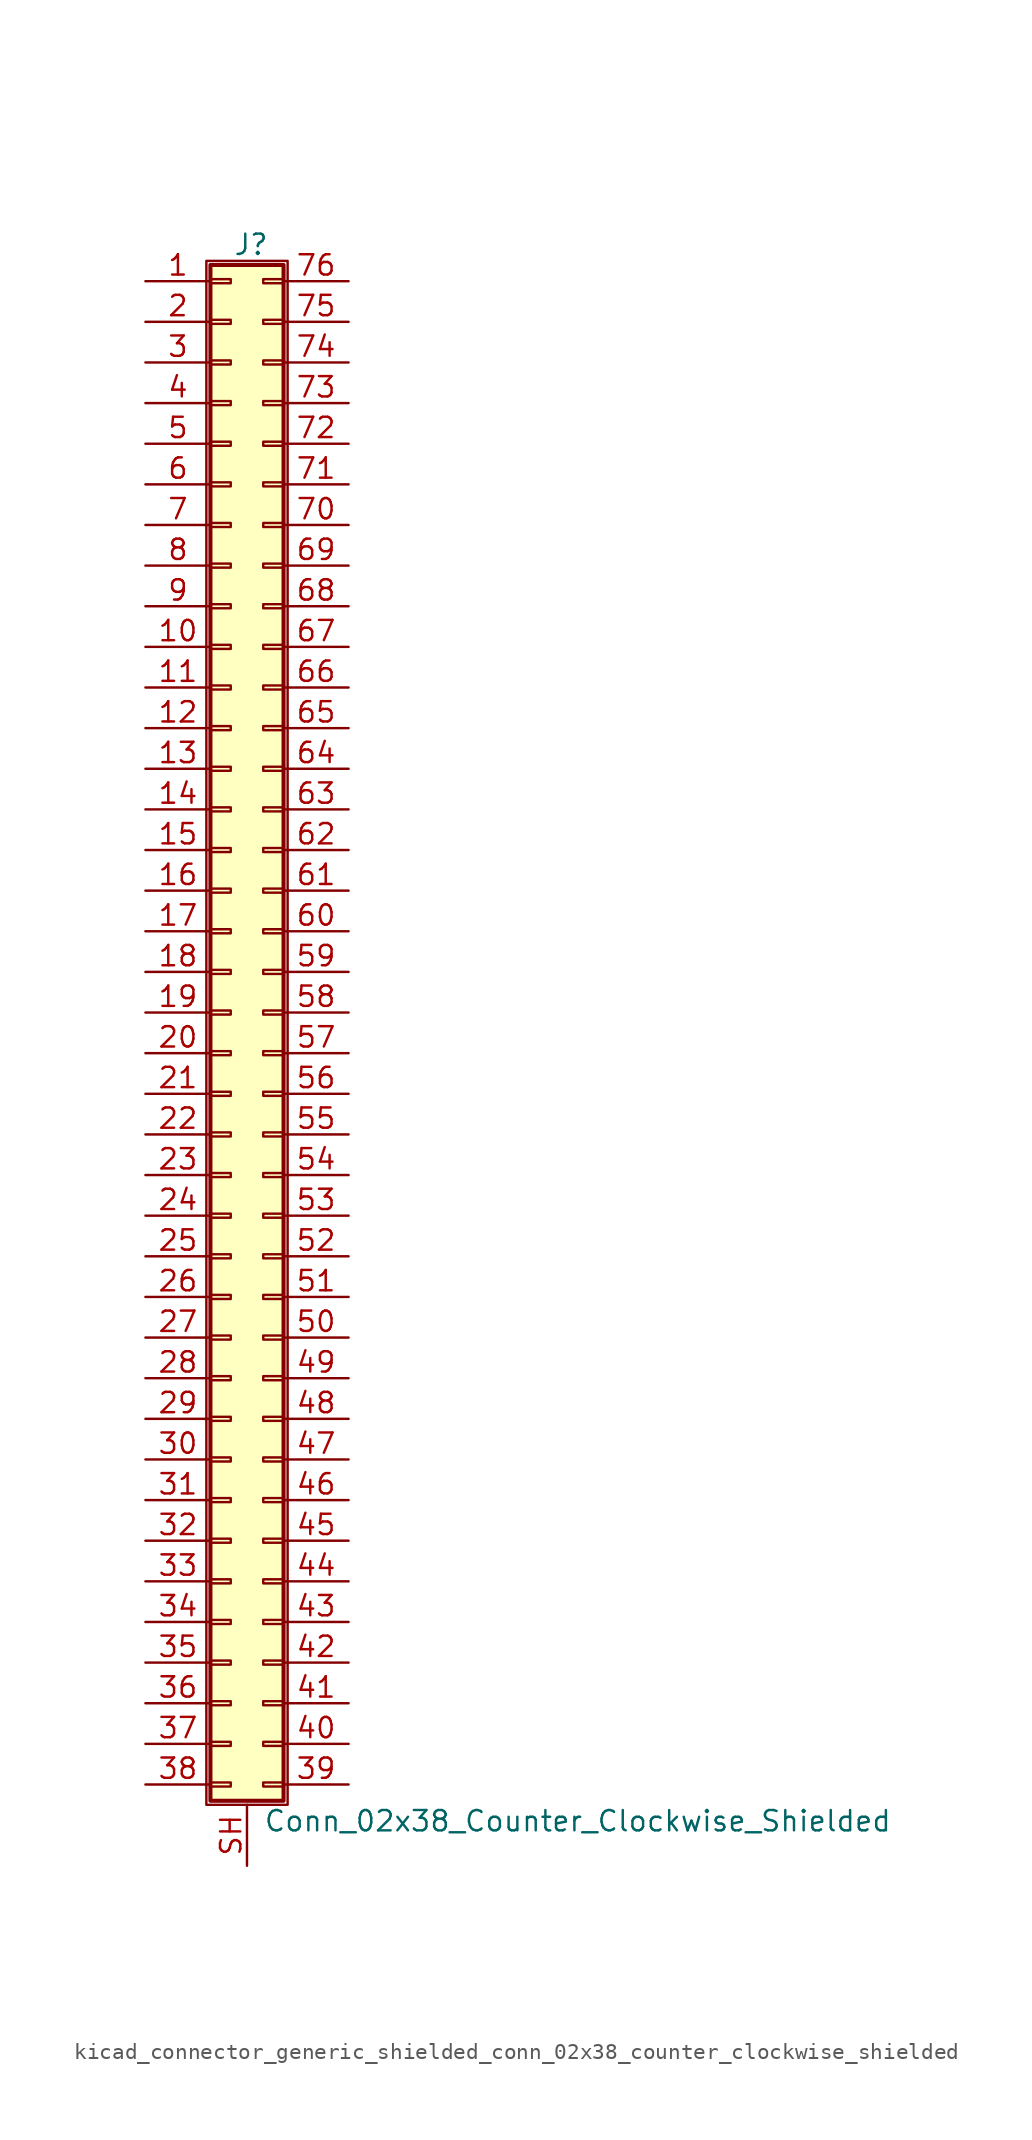
<source format=kicad_sym>
(kicad_symbol_lib
  (version 20220914)
  (generator kicad_symbol_editor)
  (symbol "kicad_connector_generic_shielded_conn_02x38_counter_clockwise_shielded"
    (pin_names
      (offset 1.016) hide)
    (property "Reference" "J"
      (at 1.524 48.006 0)
      (effects (font (size 1.27 1.27))))
    (property "Value" "Conn_02x38_Counter_Clockwise_Shielded"
      (at 2.286 -50.546 0)
      (effects (font (size 1.27 1.27)) (justify left)))
    (symbol "kicad_connector_generic_shielded_conn_02x38_counter_clockwise_shielded_1_1"
      (rectangle (start -1.27 46.99) (end 3.81 -49.53) (stroke (width 0.152) (type default)) (fill (type none)))
      (rectangle (start -1.016 -48.133) (end 0.254 -48.387) (stroke (width 0.152) (type default)) (fill (type none)))
      (rectangle (start -1.016 -45.593) (end 0.254 -45.847) (stroke (width 0.152) (type default)) (fill (type none)))
      (rectangle (start -1.016 -43.053) (end 0.254 -43.307) (stroke (width 0.152) (type default)) (fill (type none)))
      (rectangle (start -1.016 -40.513) (end 0.254 -40.767) (stroke (width 0.152) (type default)) (fill (type none)))
      (rectangle (start -1.016 -37.973) (end 0.254 -38.227) (stroke (width 0.152) (type default)) (fill (type none)))
      (rectangle (start -1.016 -35.433) (end 0.254 -35.687) (stroke (width 0.152) (type default)) (fill (type none)))
      (rectangle (start -1.016 -32.893) (end 0.254 -33.147) (stroke (width 0.152) (type default)) (fill (type none)))
      (rectangle (start -1.016 -30.353) (end 0.254 -30.607) (stroke (width 0.152) (type default)) (fill (type none)))
      (rectangle (start -1.016 -27.813) (end 0.254 -28.067) (stroke (width 0.152) (type default)) (fill (type none)))
      (rectangle (start -1.016 -25.273) (end 0.254 -25.527) (stroke (width 0.152) (type default)) (fill (type none)))
      (rectangle (start -1.016 -22.733) (end 0.254 -22.987) (stroke (width 0.152) (type default)) (fill (type none)))
      (rectangle (start -1.016 -20.193) (end 0.254 -20.447) (stroke (width 0.152) (type default)) (fill (type none)))
      (rectangle (start -1.016 -17.653) (end 0.254 -17.907) (stroke (width 0.152) (type default)) (fill (type none)))
      (rectangle (start -1.016 -15.113) (end 0.254 -15.367) (stroke (width 0.152) (type default)) (fill (type none)))
      (rectangle (start -1.016 -12.573) (end 0.254 -12.827) (stroke (width 0.152) (type default)) (fill (type none)))
      (rectangle (start -1.016 -10.033) (end 0.254 -10.287) (stroke (width 0.152) (type default)) (fill (type none)))
      (rectangle (start -1.016 -7.493) (end 0.254 -7.747) (stroke (width 0.152) (type default)) (fill (type none)))
      (rectangle (start -1.016 -4.953) (end 0.254 -5.207) (stroke (width 0.152) (type default)) (fill (type none)))
      (rectangle (start -1.016 -2.413) (end 0.254 -2.667) (stroke (width 0.152) (type default)) (fill (type none)))
      (rectangle (start -1.016 0.127) (end 0.254 -0.127) (stroke (width 0.152) (type default)) (fill (type none)))
      (rectangle (start -1.016 2.667) (end 0.254 2.413) (stroke (width 0.152) (type default)) (fill (type none)))
      (rectangle (start -1.016 5.207) (end 0.254 4.953) (stroke (width 0.152) (type default)) (fill (type none)))
      (rectangle (start -1.016 7.747) (end 0.254 7.493) (stroke (width 0.152) (type default)) (fill (type none)))
      (rectangle (start -1.016 10.287) (end 0.254 10.033) (stroke (width 0.152) (type default)) (fill (type none)))
      (rectangle (start -1.016 12.827) (end 0.254 12.573) (stroke (width 0.152) (type default)) (fill (type none)))
      (rectangle (start -1.016 15.367) (end 0.254 15.113) (stroke (width 0.152) (type default)) (fill (type none)))
      (rectangle (start -1.016 17.907) (end 0.254 17.653) (stroke (width 0.152) (type default)) (fill (type none)))
      (rectangle (start -1.016 20.447) (end 0.254 20.193) (stroke (width 0.152) (type default)) (fill (type none)))
      (rectangle (start -1.016 22.987) (end 0.254 22.733) (stroke (width 0.152) (type default)) (fill (type none)))
      (rectangle (start -1.016 25.527) (end 0.254 25.273) (stroke (width 0.152) (type default)) (fill (type none)))
      (rectangle (start -1.016 28.067) (end 0.254 27.813) (stroke (width 0.152) (type default)) (fill (type none)))
      (rectangle (start -1.016 30.607) (end 0.254 30.353) (stroke (width 0.152) (type default)) (fill (type none)))
      (rectangle (start -1.016 33.147) (end 0.254 32.893) (stroke (width 0.152) (type default)) (fill (type none)))
      (rectangle (start -1.016 35.687) (end 0.254 35.433) (stroke (width 0.152) (type default)) (fill (type none)))
      (rectangle (start -1.016 38.227) (end 0.254 37.973) (stroke (width 0.152) (type default)) (fill (type none)))
      (rectangle (start -1.016 40.767) (end 0.254 40.513) (stroke (width 0.152) (type default)) (fill (type none)))
      (rectangle (start -1.016 43.307) (end 0.254 43.053) (stroke (width 0.152) (type default)) (fill (type none)))
      (rectangle (start -1.016 45.847) (end 0.254 45.593) (stroke (width 0.152) (type default)) (fill (type none)))
      (rectangle (start -1.016 46.736) (end 3.556 -49.276) (stroke (width 0.254) (type default)) (fill (type background)))
      (rectangle (start 3.556 -48.133) (end 2.286 -48.387) (stroke (width 0.152) (type default)) (fill (type none)))
      (rectangle (start 3.556 -45.593) (end 2.286 -45.847) (stroke (width 0.152) (type default)) (fill (type none)))
      (rectangle (start 3.556 -43.053) (end 2.286 -43.307) (stroke (width 0.152) (type default)) (fill (type none)))
      (rectangle (start 3.556 -40.513) (end 2.286 -40.767) (stroke (width 0.152) (type default)) (fill (type none)))
      (rectangle (start 3.556 -37.973) (end 2.286 -38.227) (stroke (width 0.152) (type default)) (fill (type none)))
      (rectangle (start 3.556 -35.433) (end 2.286 -35.687) (stroke (width 0.152) (type default)) (fill (type none)))
      (rectangle (start 3.556 -32.893) (end 2.286 -33.147) (stroke (width 0.152) (type default)) (fill (type none)))
      (rectangle (start 3.556 -30.353) (end 2.286 -30.607) (stroke (width 0.152) (type default)) (fill (type none)))
      (rectangle (start 3.556 -27.813) (end 2.286 -28.067) (stroke (width 0.152) (type default)) (fill (type none)))
      (rectangle (start 3.556 -25.273) (end 2.286 -25.527) (stroke (width 0.152) (type default)) (fill (type none)))
      (rectangle (start 3.556 -22.733) (end 2.286 -22.987) (stroke (width 0.152) (type default)) (fill (type none)))
      (rectangle (start 3.556 -20.193) (end 2.286 -20.447) (stroke (width 0.152) (type default)) (fill (type none)))
      (rectangle (start 3.556 -17.653) (end 2.286 -17.907) (stroke (width 0.152) (type default)) (fill (type none)))
      (rectangle (start 3.556 -15.113) (end 2.286 -15.367) (stroke (width 0.152) (type default)) (fill (type none)))
      (rectangle (start 3.556 -12.573) (end 2.286 -12.827) (stroke (width 0.152) (type default)) (fill (type none)))
      (rectangle (start 3.556 -10.033) (end 2.286 -10.287) (stroke (width 0.152) (type default)) (fill (type none)))
      (rectangle (start 3.556 -7.493) (end 2.286 -7.747) (stroke (width 0.152) (type default)) (fill (type none)))
      (rectangle (start 3.556 -4.953) (end 2.286 -5.207) (stroke (width 0.152) (type default)) (fill (type none)))
      (rectangle (start 3.556 -2.413) (end 2.286 -2.667) (stroke (width 0.152) (type default)) (fill (type none)))
      (rectangle (start 3.556 0.127) (end 2.286 -0.127) (stroke (width 0.152) (type default)) (fill (type none)))
      (rectangle (start 3.556 2.667) (end 2.286 2.413) (stroke (width 0.152) (type default)) (fill (type none)))
      (rectangle (start 3.556 5.207) (end 2.286 4.953) (stroke (width 0.152) (type default)) (fill (type none)))
      (rectangle (start 3.556 7.747) (end 2.286 7.493) (stroke (width 0.152) (type default)) (fill (type none)))
      (rectangle (start 3.556 10.287) (end 2.286 10.033) (stroke (width 0.152) (type default)) (fill (type none)))
      (rectangle (start 3.556 12.827) (end 2.286 12.573) (stroke (width 0.152) (type default)) (fill (type none)))
      (rectangle (start 3.556 15.367) (end 2.286 15.113) (stroke (width 0.152) (type default)) (fill (type none)))
      (rectangle (start 3.556 17.907) (end 2.286 17.653) (stroke (width 0.152) (type default)) (fill (type none)))
      (rectangle (start 3.556 20.447) (end 2.286 20.193) (stroke (width 0.152) (type default)) (fill (type none)))
      (rectangle (start 3.556 22.987) (end 2.286 22.733) (stroke (width 0.152) (type default)) (fill (type none)))
      (rectangle (start 3.556 25.527) (end 2.286 25.273) (stroke (width 0.152) (type default)) (fill (type none)))
      (rectangle (start 3.556 28.067) (end 2.286 27.813) (stroke (width 0.152) (type default)) (fill (type none)))
      (rectangle (start 3.556 30.607) (end 2.286 30.353) (stroke (width 0.152) (type default)) (fill (type none)))
      (rectangle (start 3.556 33.147) (end 2.286 32.893) (stroke (width 0.152) (type default)) (fill (type none)))
      (rectangle (start 3.556 35.687) (end 2.286 35.433) (stroke (width 0.152) (type default)) (fill (type none)))
      (rectangle (start 3.556 38.227) (end 2.286 37.973) (stroke (width 0.152) (type default)) (fill (type none)))
      (rectangle (start 3.556 40.767) (end 2.286 40.513) (stroke (width 0.152) (type default)) (fill (type none)))
      (rectangle (start 3.556 43.307) (end 2.286 43.053) (stroke (width 0.152) (type default)) (fill (type none)))
      (rectangle (start 3.556 45.847) (end 2.286 45.593) (stroke (width 0.152) (type default)) (fill (type none)))
      (pin passive line (at -5.08 45.72 0) (length 4.064) (name "Pin_1" (effects (font (size 1.27 1.27)))) (number "1" (effects (font (size 1.27 1.27)))))
      (pin passive line (at -5.08 22.86 0) (length 4.064) (name "Pin_10" (effects (font (size 1.27 1.27)))) (number "10" (effects (font (size 1.27 1.27)))))
      (pin passive line (at -5.08 20.32 0) (length 4.064) (name "Pin_11" (effects (font (size 1.27 1.27)))) (number "11" (effects (font (size 1.27 1.27)))))
      (pin passive line (at -5.08 17.78 0) (length 4.064) (name "Pin_12" (effects (font (size 1.27 1.27)))) (number "12" (effects (font (size 1.27 1.27)))))
      (pin passive line (at -5.08 15.24 0) (length 4.064) (name "Pin_13" (effects (font (size 1.27 1.27)))) (number "13" (effects (font (size 1.27 1.27)))))
      (pin passive line (at -5.08 12.7 0) (length 4.064) (name "Pin_14" (effects (font (size 1.27 1.27)))) (number "14" (effects (font (size 1.27 1.27)))))
      (pin passive line (at -5.08 10.16 0) (length 4.064) (name "Pin_15" (effects (font (size 1.27 1.27)))) (number "15" (effects (font (size 1.27 1.27)))))
      (pin passive line (at -5.08 7.62 0) (length 4.064) (name "Pin_16" (effects (font (size 1.27 1.27)))) (number "16" (effects (font (size 1.27 1.27)))))
      (pin passive line (at -5.08 5.08 0) (length 4.064) (name "Pin_17" (effects (font (size 1.27 1.27)))) (number "17" (effects (font (size 1.27 1.27)))))
      (pin passive line (at -5.08 2.54 0) (length 4.064) (name "Pin_18" (effects (font (size 1.27 1.27)))) (number "18" (effects (font (size 1.27 1.27)))))
      (pin passive line (at -5.08 0 0) (length 4.064) (name "Pin_19" (effects (font (size 1.27 1.27)))) (number "19" (effects (font (size 1.27 1.27)))))
      (pin passive line (at -5.08 43.18 0) (length 4.064) (name "Pin_2" (effects (font (size 1.27 1.27)))) (number "2" (effects (font (size 1.27 1.27)))))
      (pin passive line (at -5.08 -2.54 0) (length 4.064) (name "Pin_20" (effects (font (size 1.27 1.27)))) (number "20" (effects (font (size 1.27 1.27)))))
      (pin passive line (at -5.08 -5.08 0) (length 4.064) (name "Pin_21" (effects (font (size 1.27 1.27)))) (number "21" (effects (font (size 1.27 1.27)))))
      (pin passive line (at -5.08 -7.62 0) (length 4.064) (name "Pin_22" (effects (font (size 1.27 1.27)))) (number "22" (effects (font (size 1.27 1.27)))))
      (pin passive line (at -5.08 -10.16 0) (length 4.064) (name "Pin_23" (effects (font (size 1.27 1.27)))) (number "23" (effects (font (size 1.27 1.27)))))
      (pin passive line (at -5.08 -12.7 0) (length 4.064) (name "Pin_24" (effects (font (size 1.27 1.27)))) (number "24" (effects (font (size 1.27 1.27)))))
      (pin passive line (at -5.08 -15.24 0) (length 4.064) (name "Pin_25" (effects (font (size 1.27 1.27)))) (number "25" (effects (font (size 1.27 1.27)))))
      (pin passive line (at -5.08 -17.78 0) (length 4.064) (name "Pin_26" (effects (font (size 1.27 1.27)))) (number "26" (effects (font (size 1.27 1.27)))))
      (pin passive line (at -5.08 -20.32 0) (length 4.064) (name "Pin_27" (effects (font (size 1.27 1.27)))) (number "27" (effects (font (size 1.27 1.27)))))
      (pin passive line (at -5.08 -22.86 0) (length 4.064) (name "Pin_28" (effects (font (size 1.27 1.27)))) (number "28" (effects (font (size 1.27 1.27)))))
      (pin passive line (at -5.08 -25.4 0) (length 4.064) (name "Pin_29" (effects (font (size 1.27 1.27)))) (number "29" (effects (font (size 1.27 1.27)))))
      (pin passive line (at -5.08 40.64 0) (length 4.064) (name "Pin_3" (effects (font (size 1.27 1.27)))) (number "3" (effects (font (size 1.27 1.27)))))
      (pin passive line (at -5.08 -27.94 0) (length 4.064) (name "Pin_30" (effects (font (size 1.27 1.27)))) (number "30" (effects (font (size 1.27 1.27)))))
      (pin passive line (at -5.08 -30.48 0) (length 4.064) (name "Pin_31" (effects (font (size 1.27 1.27)))) (number "31" (effects (font (size 1.27 1.27)))))
      (pin passive line (at -5.08 -33.02 0) (length 4.064) (name "Pin_32" (effects (font (size 1.27 1.27)))) (number "32" (effects (font (size 1.27 1.27)))))
      (pin passive line (at -5.08 -35.56 0) (length 4.064) (name "Pin_33" (effects (font (size 1.27 1.27)))) (number "33" (effects (font (size 1.27 1.27)))))
      (pin passive line (at -5.08 -38.1 0) (length 4.064) (name "Pin_34" (effects (font (size 1.27 1.27)))) (number "34" (effects (font (size 1.27 1.27)))))
      (pin passive line (at -5.08 -40.64 0) (length 4.064) (name "Pin_35" (effects (font (size 1.27 1.27)))) (number "35" (effects (font (size 1.27 1.27)))))
      (pin passive line (at -5.08 -43.18 0) (length 4.064) (name "Pin_36" (effects (font (size 1.27 1.27)))) (number "36" (effects (font (size 1.27 1.27)))))
      (pin passive line (at -5.08 -45.72 0) (length 4.064) (name "Pin_37" (effects (font (size 1.27 1.27)))) (number "37" (effects (font (size 1.27 1.27)))))
      (pin passive line (at -5.08 -48.26 0) (length 4.064) (name "Pin_38" (effects (font (size 1.27 1.27)))) (number "38" (effects (font (size 1.27 1.27)))))
      (pin passive line (at 7.62 -48.26 180) (length 4.064) (name "Pin_39" (effects (font (size 1.27 1.27)))) (number "39" (effects (font (size 1.27 1.27)))))
      (pin passive line (at -5.08 38.1 0) (length 4.064) (name "Pin_4" (effects (font (size 1.27 1.27)))) (number "4" (effects (font (size 1.27 1.27)))))
      (pin passive line (at 7.62 -45.72 180) (length 4.064) (name "Pin_40" (effects (font (size 1.27 1.27)))) (number "40" (effects (font (size 1.27 1.27)))))
      (pin passive line (at 7.62 -43.18 180) (length 4.064) (name "Pin_41" (effects (font (size 1.27 1.27)))) (number "41" (effects (font (size 1.27 1.27)))))
      (pin passive line (at 7.62 -40.64 180) (length 4.064) (name "Pin_42" (effects (font (size 1.27 1.27)))) (number "42" (effects (font (size 1.27 1.27)))))
      (pin passive line (at 7.62 -38.1 180) (length 4.064) (name "Pin_43" (effects (font (size 1.27 1.27)))) (number "43" (effects (font (size 1.27 1.27)))))
      (pin passive line (at 7.62 -35.56 180) (length 4.064) (name "Pin_44" (effects (font (size 1.27 1.27)))) (number "44" (effects (font (size 1.27 1.27)))))
      (pin passive line (at 7.62 -33.02 180) (length 4.064) (name "Pin_45" (effects (font (size 1.27 1.27)))) (number "45" (effects (font (size 1.27 1.27)))))
      (pin passive line (at 7.62 -30.48 180) (length 4.064) (name "Pin_46" (effects (font (size 1.27 1.27)))) (number "46" (effects (font (size 1.27 1.27)))))
      (pin passive line (at 7.62 -27.94 180) (length 4.064) (name "Pin_47" (effects (font (size 1.27 1.27)))) (number "47" (effects (font (size 1.27 1.27)))))
      (pin passive line (at 7.62 -25.4 180) (length 4.064) (name "Pin_48" (effects (font (size 1.27 1.27)))) (number "48" (effects (font (size 1.27 1.27)))))
      (pin passive line (at 7.62 -22.86 180) (length 4.064) (name "Pin_49" (effects (font (size 1.27 1.27)))) (number "49" (effects (font (size 1.27 1.27)))))
      (pin passive line (at -5.08 35.56 0) (length 4.064) (name "Pin_5" (effects (font (size 1.27 1.27)))) (number "5" (effects (font (size 1.27 1.27)))))
      (pin passive line (at 7.62 -20.32 180) (length 4.064) (name "Pin_50" (effects (font (size 1.27 1.27)))) (number "50" (effects (font (size 1.27 1.27)))))
      (pin passive line (at 7.62 -17.78 180) (length 4.064) (name "Pin_51" (effects (font (size 1.27 1.27)))) (number "51" (effects (font (size 1.27 1.27)))))
      (pin passive line (at 7.62 -15.24 180) (length 4.064) (name "Pin_52" (effects (font (size 1.27 1.27)))) (number "52" (effects (font (size 1.27 1.27)))))
      (pin passive line (at 7.62 -12.7 180) (length 4.064) (name "Pin_53" (effects (font (size 1.27 1.27)))) (number "53" (effects (font (size 1.27 1.27)))))
      (pin passive line (at 7.62 -10.16 180) (length 4.064) (name "Pin_54" (effects (font (size 1.27 1.27)))) (number "54" (effects (font (size 1.27 1.27)))))
      (pin passive line (at 7.62 -7.62 180) (length 4.064) (name "Pin_55" (effects (font (size 1.27 1.27)))) (number "55" (effects (font (size 1.27 1.27)))))
      (pin passive line (at 7.62 -5.08 180) (length 4.064) (name "Pin_56" (effects (font (size 1.27 1.27)))) (number "56" (effects (font (size 1.27 1.27)))))
      (pin passive line (at 7.62 -2.54 180) (length 4.064) (name "Pin_57" (effects (font (size 1.27 1.27)))) (number "57" (effects (font (size 1.27 1.27)))))
      (pin passive line (at 7.62 0 180) (length 4.064) (name "Pin_58" (effects (font (size 1.27 1.27)))) (number "58" (effects (font (size 1.27 1.27)))))
      (pin passive line (at 7.62 2.54 180) (length 4.064) (name "Pin_59" (effects (font (size 1.27 1.27)))) (number "59" (effects (font (size 1.27 1.27)))))
      (pin passive line (at -5.08 33.02 0) (length 4.064) (name "Pin_6" (effects (font (size 1.27 1.27)))) (number "6" (effects (font (size 1.27 1.27)))))
      (pin passive line (at 7.62 5.08 180) (length 4.064) (name "Pin_60" (effects (font (size 1.27 1.27)))) (number "60" (effects (font (size 1.27 1.27)))))
      (pin passive line (at 7.62 7.62 180) (length 4.064) (name "Pin_61" (effects (font (size 1.27 1.27)))) (number "61" (effects (font (size 1.27 1.27)))))
      (pin passive line (at 7.62 10.16 180) (length 4.064) (name "Pin_62" (effects (font (size 1.27 1.27)))) (number "62" (effects (font (size 1.27 1.27)))))
      (pin passive line (at 7.62 12.7 180) (length 4.064) (name "Pin_63" (effects (font (size 1.27 1.27)))) (number "63" (effects (font (size 1.27 1.27)))))
      (pin passive line (at 7.62 15.24 180) (length 4.064) (name "Pin_64" (effects (font (size 1.27 1.27)))) (number "64" (effects (font (size 1.27 1.27)))))
      (pin passive line (at 7.62 17.78 180) (length 4.064) (name "Pin_65" (effects (font (size 1.27 1.27)))) (number "65" (effects (font (size 1.27 1.27)))))
      (pin passive line (at 7.62 20.32 180) (length 4.064) (name "Pin_66" (effects (font (size 1.27 1.27)))) (number "66" (effects (font (size 1.27 1.27)))))
      (pin passive line (at 7.62 22.86 180) (length 4.064) (name "Pin_67" (effects (font (size 1.27 1.27)))) (number "67" (effects (font (size 1.27 1.27)))))
      (pin passive line (at 7.62 25.4 180) (length 4.064) (name "Pin_68" (effects (font (size 1.27 1.27)))) (number "68" (effects (font (size 1.27 1.27)))))
      (pin passive line (at 7.62 27.94 180) (length 4.064) (name "Pin_69" (effects (font (size 1.27 1.27)))) (number "69" (effects (font (size 1.27 1.27)))))
      (pin passive line (at -5.08 30.48 0) (length 4.064) (name "Pin_7" (effects (font (size 1.27 1.27)))) (number "7" (effects (font (size 1.27 1.27)))))
      (pin passive line (at 7.62 30.48 180) (length 4.064) (name "Pin_70" (effects (font (size 1.27 1.27)))) (number "70" (effects (font (size 1.27 1.27)))))
      (pin passive line (at 7.62 33.02 180) (length 4.064) (name "Pin_71" (effects (font (size 1.27 1.27)))) (number "71" (effects (font (size 1.27 1.27)))))
      (pin passive line (at 7.62 35.56 180) (length 4.064) (name "Pin_72" (effects (font (size 1.27 1.27)))) (number "72" (effects (font (size 1.27 1.27)))))
      (pin passive line (at 7.62 38.1 180) (length 4.064) (name "Pin_73" (effects (font (size 1.27 1.27)))) (number "73" (effects (font (size 1.27 1.27)))))
      (pin passive line (at 7.62 40.64 180) (length 4.064) (name "Pin_74" (effects (font (size 1.27 1.27)))) (number "74" (effects (font (size 1.27 1.27)))))
      (pin passive line (at 7.62 43.18 180) (length 4.064) (name "Pin_75" (effects (font (size 1.27 1.27)))) (number "75" (effects (font (size 1.27 1.27)))))
      (pin passive line (at 7.62 45.72 180) (length 4.064) (name "Pin_76" (effects (font (size 1.27 1.27)))) (number "76" (effects (font (size 1.27 1.27)))))
      (pin passive line (at -5.08 27.94 0) (length 4.064) (name "Pin_8" (effects (font (size 1.27 1.27)))) (number "8" (effects (font (size 1.27 1.27)))))
      (pin passive line (at -5.08 25.4 0) (length 4.064) (name "Pin_9" (effects (font (size 1.27 1.27)))) (number "9" (effects (font (size 1.27 1.27)))))
      (pin passive line (at 1.27 -53.34 90) (length 3.81) (name "Shield" (effects (font (size 1.27 1.27)))) (number "SH" (effects (font (size 1.27 1.27))))))))
</source>
